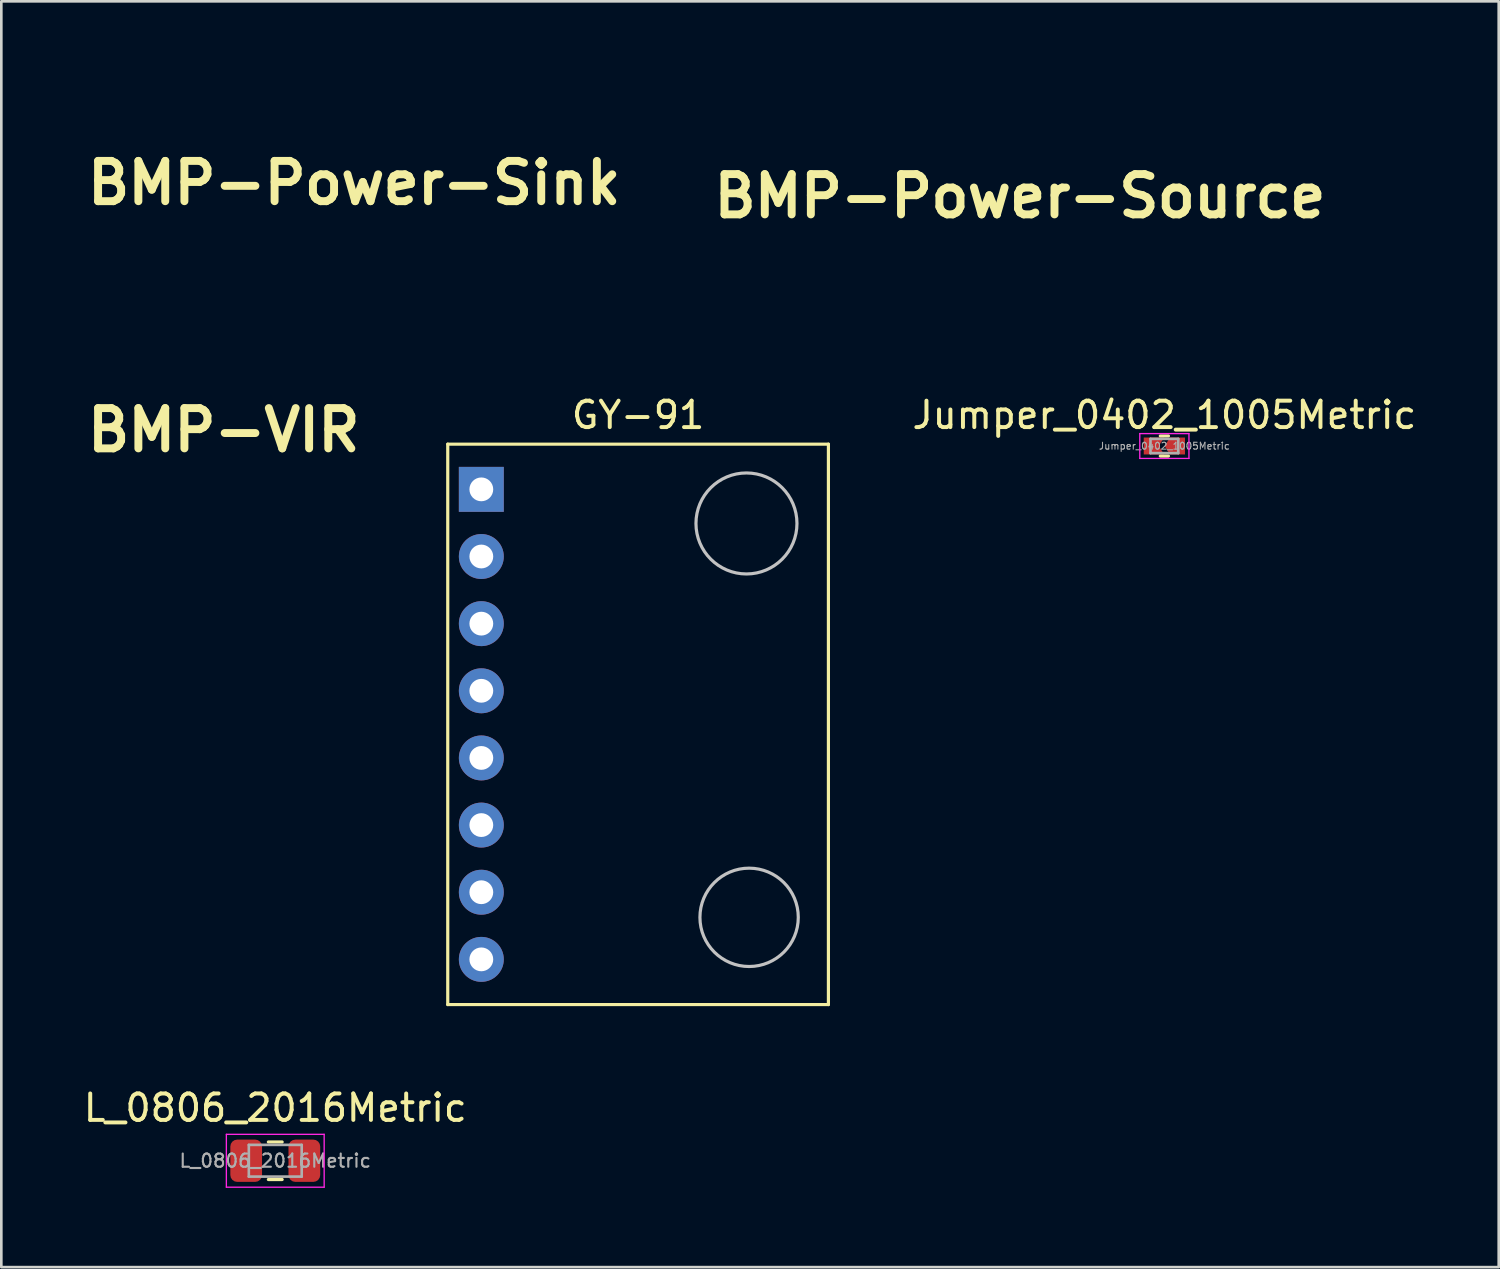
<source format=kicad_pcb>
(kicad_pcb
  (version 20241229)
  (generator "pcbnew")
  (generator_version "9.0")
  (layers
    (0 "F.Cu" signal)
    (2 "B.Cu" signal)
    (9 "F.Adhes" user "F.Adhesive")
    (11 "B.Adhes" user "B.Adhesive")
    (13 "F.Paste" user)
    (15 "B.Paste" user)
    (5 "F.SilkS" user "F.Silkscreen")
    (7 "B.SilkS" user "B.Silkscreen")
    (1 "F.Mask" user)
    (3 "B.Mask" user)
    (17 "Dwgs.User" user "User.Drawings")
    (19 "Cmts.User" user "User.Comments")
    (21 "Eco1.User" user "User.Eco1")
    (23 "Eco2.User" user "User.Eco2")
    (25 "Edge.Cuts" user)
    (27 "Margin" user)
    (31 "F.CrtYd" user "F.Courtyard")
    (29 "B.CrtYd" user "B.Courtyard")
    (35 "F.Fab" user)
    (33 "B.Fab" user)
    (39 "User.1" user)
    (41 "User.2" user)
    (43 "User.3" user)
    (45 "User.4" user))
  (footprint "BMP-Power-Source"
    (layer "F.Cu")
    (at 35.534 4.371)
    (property "Reference" "BMP-Power-Source" (at 0 0 0) (layer "F.SilkS") (effects (font (size 1.524 1.524) (thickness 0.3))))
    (attr through_hole)
    (fp_poly (pts (xy -1.786 0.943) (xy 0.843 0.943) (xy 0.843 0.248) (xy 0.845 -0.002) (xy 0.85 -0.211) (xy 0.857 -0.364) (xy 0.866 -0.441) (xy 0.869 -0.446) (xy 0.913 -0.417) (xy 1.027 -0.335) (xy 1.203 -0.204) (xy 1.433 -0.033) (xy 1.708 0.174) (xy 2.02 0.409) (xy 2.36 0.666) (xy 2.503 0.775) (xy 4.112 1.996) (xy 3.879 2.178) (xy 3.783 2.252) (xy 3.62 2.377) (xy 3.4 2.545) (xy 3.134 2.746) (xy 2.835 2.972) (xy 2.514 3.215) (xy 2.307 3.371) (xy 1.987 3.613) (xy 1.691 3.836) (xy 1.428 4.035) (xy 1.208 4.2) (xy 1.042 4.326) (xy 0.938 4.405) (xy 0.907 4.428) (xy 0.882 4.425) (xy 0.863 4.366) (xy 0.849 4.239) (xy 0.839 4.033) (xy 0.832 3.763) (xy 0.819 3.051) (xy -1.525 3.038) (xy -3.87 3.025) (xy -3.87 -4.366) (xy -1.786 -4.366) (xy -1.786 0.943)) (stroke (width 0.01) (type solid)) (fill no) (layer "Eco2.User")))
  (footprint "L_0806_2016Metric"
    (layer "F.Cu")
    (at 7.363 40.86)
    (property "Reference" "L_0806_2016Metric" (at 0 -2 0) (layer "F.SilkS") (effects (font (size 1 1) (thickness 0.15))))
    (attr smd)
    (fp_line (start -0.261 -0.71) (end 0.261 -0.71) (stroke (width 0.12) (type solid)) (layer "F.SilkS"))
    (fp_line (start -0.261 0.71) (end 0.261 0.71) (stroke (width 0.12) (type solid)) (layer "F.SilkS"))
    (fp_line (start -1.85 -1) (end 1.85 -1) (stroke (width 0.05) (type solid)) (layer "F.CrtYd"))
    (fp_line (start -1.85 1) (end -1.85 -1) (stroke (width 0.05) (type solid)) (layer "F.CrtYd"))
    (fp_line (start 1.85 -1) (end 1.85 1) (stroke (width 0.05) (type solid)) (layer "F.CrtYd"))
    (fp_line (start 1.85 1) (end -1.85 1) (stroke (width 0.05) (type solid)) (layer "F.CrtYd"))
    (fp_line (start -1 -0.6) (end 1 -0.6) (stroke (width 0.1) (type solid)) (layer "F.Fab"))
    (fp_line (start -1 0.6) (end -1 -0.6) (stroke (width 0.1) (type solid)) (layer "F.Fab"))
    (fp_line (start 1 -0.6) (end 1 0.6) (stroke (width 0.1) (type solid)) (layer "F.Fab"))
    (fp_line (start 1 0.6) (end -1 0.6) (stroke (width 0.1) (type solid)) (layer "F.Fab"))
    (fp_text user "${REFERENCE}" (at 0 0 0) (layer "F.Fab") (effects (font (size 0.5 0.5) (thickness 0.08))))
    (pad "1" smd roundrect (at -1.1 0) (size 1.2 1.6) (layers "F.Cu" "F.Mask" "F.Paste") (roundrect_rratio 0.217))
    (pad "2" smd roundrect (at 1.1 0) (size 1.2 1.6) (layers "F.Cu" "F.Mask" "F.Paste") (roundrect_rratio 0.217)))
  (footprint "BMP-Power-Sink"
    (layer "F.Cu")
    (at 10.349 3.871)
    (property "Reference" "BMP-Power-Sink" (at 0 0 0) (layer "F.SilkS") (effects (font (size 1.524 1.524) (thickness 0.3))))
    (attr through_hole)
    (fp_poly (pts (xy 2.326 -3.633) (xy 2.398 -3.538) (xy 2.522 -3.376) (xy 2.689 -3.156) (xy 2.891 -2.89) (xy 3.119 -2.59) (xy 3.365 -2.265) (xy 3.558 -2.01) (xy 4.611 -0.62) (xy 3.905 -0.595) (xy 3.2 -0.571) (xy 3.174 4.118) (xy -4.217 4.118) (xy -4.217 2.034) (xy 1.091 2.034) (xy 1.091 -0.595) (xy 0.397 -0.595) (xy 0.147 -0.597) (xy -0.063 -0.602) (xy -0.215 -0.609) (xy -0.292 -0.618) (xy -0.298 -0.621) (xy -0.269 -0.665) (xy -0.186 -0.779) (xy -0.055 -0.955) (xy 0.116 -1.185) (xy 0.322 -1.46) (xy 0.557 -1.772) (xy 0.815 -2.112) (xy 0.924 -2.257) (xy 2.147 -3.866) (xy 2.326 -3.633)) (stroke (width 0.01) (type solid)) (fill no) (layer "Eco2.User")))
  (footprint "Jumper_0402_1005Metric"
    (layer "F.Cu")
    (at 40.997 13.822)
    (property "Reference" "Jumper_0402_1005Metric" (at 0 -1.17 0) (layer "F.SilkS") (effects (font (size 1 1) (thickness 0.15))))
    (attr smd)
    (fp_line (start -0.154 -0.38) (end 0.154 -0.38) (stroke (width 0.12) (type solid)) (layer "F.SilkS"))
    (fp_line (start -0.154 0.38) (end 0.154 0.38) (stroke (width 0.12) (type solid)) (layer "F.SilkS"))
    (fp_line (start -0.93 -0.47) (end 0.93 -0.47) (stroke (width 0.05) (type solid)) (layer "F.CrtYd"))
    (fp_line (start -0.93 0.47) (end -0.93 -0.47) (stroke (width 0.05) (type solid)) (layer "F.CrtYd"))
    (fp_line (start 0.93 -0.47) (end 0.93 0.47) (stroke (width 0.05) (type solid)) (layer "F.CrtYd"))
    (fp_line (start 0.93 0.47) (end -0.93 0.47) (stroke (width 0.05) (type solid)) (layer "F.CrtYd"))
    (fp_line (start -0.525 -0.27) (end 0.525 -0.27) (stroke (width 0.1) (type solid)) (layer "F.Fab"))
    (fp_line (start -0.525 0.27) (end -0.525 -0.27) (stroke (width 0.1) (type solid)) (layer "F.Fab"))
    (fp_line (start 0.525 -0.27) (end 0.525 0.27) (stroke (width 0.1) (type solid)) (layer "F.Fab"))
    (fp_line (start 0.525 0.27) (end -0.525 0.27) (stroke (width 0.1) (type solid)) (layer "F.Fab"))
    (fp_text user "${REFERENCE}" (at 0 0 0) (layer "F.Fab") (effects (font (size 0.26 0.26) (thickness 0.04))))
    (pad "1" smd custom (at -0.51 0) (size 0.54 0.64) (layers "F.Cu" "F.Mask" "F.Paste") (options (anchor rect)) (primitives (gr_poly (pts (xy 0 0.32) (xy 0.5 0.32) (xy 0.3 0) (xy 0.5 -0.32) (xy 0 -0.32)) (width 0) (fill yes))))
    (pad "2" smd custom (at 0.51 0) (size 0.54 0.64) (layers "F.Cu" "F.Mask" "F.Paste") (options (anchor rect)) (primitives (gr_poly (pts (xy 0 0.32) (xy -0.3 0.32) (xy -0.5 0) (xy -0.3 -0.32) (xy 0 -0.32)) (width 0) (fill yes)))))
  (footprint "BMP-VIR"
    (layer "F.Cu")
    (at 5.414 13.222)
    (property "Reference" "BMP-VIR" (at 0 0 0) (layer "F.SilkS") (effects (font (size 1.524 1.524) (thickness 0.3))))
    (attr through_hole)
    (fp_poly (pts (xy 2.016 0.076) (xy 2.065 0.153) (xy 2.052 0.273) (xy 1.993 0.339) (xy 1.96 0.347) (xy 1.878 0.312) (xy 1.836 0.273) (xy 1.799 0.193) (xy 1.836 0.124) (xy 1.931 0.06) (xy 2.016 0.076)) (stroke (width 0.01) (type solid)) (fill no) (layer "Eco2.User"))
    (fp_poly (pts (xy -1.227 -0.098) (xy -1.027 -0.093) (xy -0.897 -0.082) (xy -0.825 -0.065) (xy -0.796 -0.04) (xy -0.794 -0.025) (xy -0.807 0.005) (xy -0.858 0.025) (xy -0.959 0.039) (xy -1.125 0.046) (xy -1.369 0.049) (xy -1.513 0.05) (xy -1.799 0.048) (xy -1.999 0.043) (xy -2.129 0.033) (xy -2.201 0.015) (xy -2.23 -0.01) (xy -2.232 -0.025) (xy -2.219 -0.054) (xy -2.168 -0.075) (xy -2.067 -0.088) (xy -1.901 -0.096) (xy -1.657 -0.099) (xy -1.513 -0.099) (xy -1.227 -0.098)) (stroke (width 0.01) (type solid)) (fill no) (layer "Eco2.User"))
    (fp_poly (pts (xy -1.227 0.349) (xy -1.027 0.354) (xy -0.897 0.364) (xy -0.825 0.382) (xy -0.796 0.407) (xy -0.794 0.422) (xy -0.807 0.451) (xy -0.858 0.472) (xy -0.959 0.485) (xy -1.125 0.493) (xy -1.369 0.496) (xy -1.513 0.496) (xy -1.799 0.495) (xy -1.999 0.489) (xy -2.129 0.479) (xy -2.201 0.462) (xy -2.23 0.437) (xy -2.232 0.422) (xy -2.219 0.392) (xy -2.168 0.371) (xy -2.067 0.358) (xy -1.901 0.351) (xy -1.657 0.348) (xy -1.513 0.347) (xy -1.227 0.349)) (stroke (width 0.01) (type solid)) (fill no) (layer "Eco2.User"))
    (fp_poly (pts (xy 0.579 -0.693) (xy 0.773 -0.689) (xy 0.877 -0.677) (xy 0.9 -0.657) (xy 0.881 -0.641) (xy 0.846 -0.61) (xy 0.821 -0.553) (xy 0.806 -0.456) (xy 0.798 -0.3) (xy 0.794 -0.071) (xy 0.794 0.099) (xy 0.795 0.378) (xy 0.8 0.573) (xy 0.812 0.702) (xy 0.831 0.78) (xy 0.859 0.824) (xy 0.881 0.839) (xy 0.9 0.866) (xy 0.843 0.882) (xy 0.701 0.89) (xy 0.579 0.891) (xy 0.388 0.89) (xy 0.279 0.883) (xy 0.239 0.866) (xy 0.252 0.834) (xy 0.269 0.815) (xy 0.306 0.728) (xy 0.333 0.566) (xy 0.349 0.354) (xy 0.355 0.116) (xy 0.355 0.099) (xy 0.446 0.099) (xy 0.447 0.374) (xy 0.451 0.565) (xy 0.46 0.687) (xy 0.476 0.756) (xy 0.501 0.786) (xy 0.538 0.794) (xy 0.546 0.794) (xy 0.585 0.789) (xy 0.612 0.763) (xy 0.63 0.702) (xy 0.639 0.589) (xy 0.644 0.411) (xy 0.645 0.151) (xy 0.645 0.099) (xy 0.644 -0.176) (xy 0.641 -0.366) (xy 0.632 -0.489) (xy 0.616 -0.557) (xy 0.59 -0.588) (xy 0.553 -0.595) (xy 0.546 -0.595) (xy 0.506 -0.59) (xy 0.479 -0.565) (xy 0.462 -0.503) (xy 0.452 -0.391) (xy 0.448 -0.212) (xy 0.446 0.048) (xy 0.446 0.099) (xy 0.355 0.099) (xy 0.35 -0.124) (xy 0.336 -0.341) (xy 0.31 -0.511) (xy 0.275 -0.61) (xy 0.269 -0.617) (xy 0.239 -0.655) (xy 0.255 -0.679) (xy 0.332 -0.69) (xy 0.485 -0.693) (xy 0.579 -0.693)) (stroke (width 0.01) (type solid)) (fill no) (layer "Eco2.User"))
    (fp_poly (pts (xy -4.044 -0.692) (xy -3.94 -0.684) (xy -3.907 -0.666) (xy -3.932 -0.635) (xy -3.939 -0.63) (xy -3.977 -0.596) (xy -3.995 -0.549) (xy -3.991 -0.472) (xy -3.964 -0.344) (xy -3.911 -0.146) (xy -3.887 -0.059) (xy -3.827 0.148) (xy -3.775 0.314) (xy -3.736 0.419) (xy -3.719 0.446) (xy -3.693 0.403) (xy -3.645 0.285) (xy -3.584 0.114) (xy -3.551 0.012) (xy -3.486 -0.185) (xy -3.432 -0.349) (xy -3.397 -0.455) (xy -3.389 -0.477) (xy -3.403 -0.552) (xy -3.449 -0.614) (xy -3.487 -0.66) (xy -3.47 -0.685) (xy -3.383 -0.693) (xy -3.268 -0.695) (xy -3.122 -0.691) (xy -3.06 -0.678) (xy -3.07 -0.65) (xy -3.091 -0.633) (xy -3.136 -0.566) (xy -3.206 -0.423) (xy -3.292 -0.223) (xy -3.387 0.017) (xy -3.436 0.149) (xy -3.698 0.868) (xy -3.88 0.883) (xy -4.062 0.899) (xy -4.217 0.387) (xy -4.287 0.156) (xy -4.352 -0.058) (xy -4.402 -0.226) (xy -4.424 -0.298) (xy -4.48 -0.45) (xy -4.531 -0.554) (xy -4.359 -0.554) (xy -4.348 -0.47) (xy -4.302 -0.317) (xy -4.294 -0.294) (xy -4.247 -0.143) (xy -4.183 0.065) (xy -4.114 0.292) (xy -4.094 0.36) (xy -4.018 0.591) (xy -3.952 0.738) (xy -3.899 0.793) (xy -3.896 0.794) (xy -3.818 0.771) (xy -3.804 0.757) (xy -3.807 0.695) (xy -3.835 0.564) (xy -3.883 0.387) (xy -3.902 0.322) (xy -3.97 0.095) (xy -4.039 -0.134) (xy -4.093 -0.32) (xy -4.098 -0.335) (xy -4.154 -0.495) (xy -4.211 -0.576) (xy -4.27 -0.595) (xy -4.334 -0.588) (xy -4.359 -0.554) (xy -4.531 -0.554) (xy -4.544 -0.579) (xy -4.546 -0.583) (xy -4.616 -0.695) (xy -4.233 -0.695) (xy -4.044 -0.692)) (stroke (width 0.01) (type solid)) (fill no) (layer "Eco2.User"))
    (fp_poly (pts (xy 3.585 -0.692) (xy 3.778 -0.684) (xy 3.949 -0.67) (xy 4.077 -0.649) (xy 4.111 -0.64) (xy 4.274 -0.541) (xy 4.357 -0.399) (xy 4.358 -0.235) (xy 4.273 -0.068) (xy 4.212 -0.003) (xy 4.119 0.1) (xy 4.105 0.163) (xy 4.114 0.171) (xy 4.165 0.232) (xy 4.239 0.353) (xy 4.298 0.462) (xy 4.383 0.62) (xy 4.463 0.752) (xy 4.503 0.806) (xy 4.539 0.855) (xy 4.524 0.881) (xy 4.442 0.891) (xy 4.301 0.893) (xy 4.023 0.893) (xy 3.835 0.536) (xy 3.74 0.367) (xy 3.655 0.236) (xy 3.604 0.177) (xy 3.767 0.177) (xy 3.813 0.278) (xy 3.839 0.319) (xy 3.932 0.472) (xy 4.01 0.624) (xy 4.016 0.64) (xy 4.09 0.756) (xy 4.191 0.794) (xy 4.201 0.794) (xy 4.322 0.794) (xy 4.169 0.508) (xy 4.045 0.305) (xy 3.926 0.171) (xy 3.824 0.114) (xy 3.771 0.124) (xy 3.767 0.177) (xy 3.604 0.177) (xy 3.594 0.166) (xy 3.584 0.16) (xy 3.544 0.188) (xy 3.523 0.286) (xy 3.518 0.424) (xy 3.531 0.575) (xy 3.559 0.71) (xy 3.602 0.8) (xy 3.604 0.802) (xy 3.64 0.847) (xy 3.634 0.874) (xy 3.573 0.887) (xy 3.439 0.892) (xy 3.294 0.891) (xy 3.099 0.887) (xy 2.993 0.876) (xy 2.969 0.856) (xy 2.989 0.839) (xy 3.024 0.808) (xy 3.048 0.752) (xy 3.064 0.654) (xy 3.072 0.499) (xy 3.075 0.269) (xy 3.076 0.099) (xy 3.225 0.099) (xy 3.225 0.374) (xy 3.229 0.565) (xy 3.238 0.687) (xy 3.254 0.756) (xy 3.279 0.786) (xy 3.316 0.794) (xy 3.324 0.794) (xy 3.363 0.789) (xy 3.39 0.763) (xy 3.408 0.702) (xy 3.418 0.589) (xy 3.422 0.411) (xy 3.423 0.151) (xy 3.423 0.099) (xy 3.423 0.073) (xy 3.898 0.073) (xy 3.923 0.094) (xy 4.008 0.053) (xy 4.086 -0.004) (xy 4.189 -0.135) (xy 4.221 -0.29) (xy 4.182 -0.436) (xy 4.107 -0.518) (xy 3.986 -0.586) (xy 3.916 -0.594) (xy 3.908 -0.545) (xy 3.941 -0.485) (xy 4.001 -0.352) (xy 4.018 -0.248) (xy 3.989 -0.108) (xy 3.941 -0.011) (xy 3.898 0.073) (xy 3.423 0.073) (xy 3.422 -0.176) (xy 3.42 -0.273) (xy 3.522 -0.273) (xy 3.525 -0.099) (xy 3.537 -0.003) (xy 3.568 0.04) (xy 3.625 0.05) (xy 3.636 0.05) (xy 3.753 0.025) (xy 3.81 -0.01) (xy 3.848 -0.095) (xy 3.868 -0.232) (xy 3.87 -0.273) (xy 3.847 -0.457) (xy 3.773 -0.561) (xy 3.643 -0.595) (xy 3.636 -0.595) (xy 3.575 -0.588) (xy 3.541 -0.552) (xy 3.526 -0.465) (xy 3.522 -0.304) (xy 3.522 -0.273) (xy 3.42 -0.273) (xy 3.419 -0.366) (xy 3.41 -0.489) (xy 3.394 -0.557) (xy 3.368 -0.588) (xy 3.331 -0.595) (xy 3.324 -0.595) (xy 3.285 -0.59) (xy 3.257 -0.565) (xy 3.24 -0.503) (xy 3.23 -0.391) (xy 3.226 -0.212) (xy 3.225 0.048) (xy 3.225 0.099) (xy 3.076 0.099) (xy 3.074 -0.179) (xy 3.069 -0.375) (xy 3.058 -0.504) (xy 3.039 -0.582) (xy 3.01 -0.625) (xy 2.989 -0.641) (xy 2.991 -0.663) (xy 3.072 -0.68) (xy 3.211 -0.69) (xy 3.389 -0.694) (xy 3.585 -0.692)) (stroke (width 0.01) (type solid)) (fill no) (layer "Eco2.User")))
  (footprint "GY-91"
    (layer "F.Cu")
    (at 21.088 24.352)
    (property "Reference" "GY-91" (at 0 -11.7 0) (layer "F.SilkS") (effects (font (size 1 1) (thickness 0.15))))
    (attr through_hole)
    (fp_line (start -7.2 -10.6) (end -7.2 10.6) (stroke (width 0.12) (type solid)) (layer "F.SilkS"))
    (fp_line (start -7.2 10.6) (end 7.2 10.6) (stroke (width 0.12) (type solid)) (layer "F.SilkS"))
    (fp_line (start 7.2 -10.6) (end -7.2 -10.6) (stroke (width 0.12) (type solid)) (layer "F.SilkS"))
    (fp_line (start 7.2 10.6) (end 7.2 -10.6) (stroke (width 0.12) (type solid)) (layer "F.SilkS"))
    (fp_circle (center 4.1 -7.6) (end 5.4 -6.2) (stroke (width 0.12) (type solid)) (fill no) (layer "Dwgs.User"))
    (fp_circle (center 4.2 7.3) (end 5.3 8.8) (stroke (width 0.12) (type solid)) (fill no) (layer "Dwgs.User"))
    (pad "1" thru_hole rect (at -5.93 -8.89) (size 1.7 1.7) (drill 0.9) (layers "*.Cu" "*.Mask"))
    (pad "2" thru_hole circle (at -5.93 -6.35) (size 1.7 1.7) (drill 0.9) (layers "*.Cu" "*.Mask"))
    (pad "3" thru_hole circle (at -5.93 -1.27) (size 1.7 1.7) (drill 0.9) (layers "*.Cu" "*.Mask"))
    (pad "4" thru_hole circle (at -5.93 -3.81) (size 1.7 1.7) (drill 0.9) (layers "*.Cu" "*.Mask"))
    (pad "5" thru_hole circle (at -5.93 1.27) (size 1.7 1.7) (drill 0.9) (layers "*.Cu" "*.Mask"))
    (pad "6" thru_hole circle (at -5.93 3.81) (size 1.7 1.7) (drill 0.9) (layers "*.Cu" "*.Mask"))
    (pad "7" thru_hole circle (at -5.93 6.35) (size 1.7 1.7) (drill 0.9) (layers "*.Cu" "*.Mask"))
    (pad "8" thru_hole circle (at -5.93 8.89) (size 1.7 1.7) (drill 0.9) (layers "*.Cu" "*.Mask")))
  (gr_rect
    (start -3 -3)
    (end 53.645 44.885)
    (stroke (width 0.1) (type default))
    (fill no)
    (layer "Edge.Cuts")))
</source>
